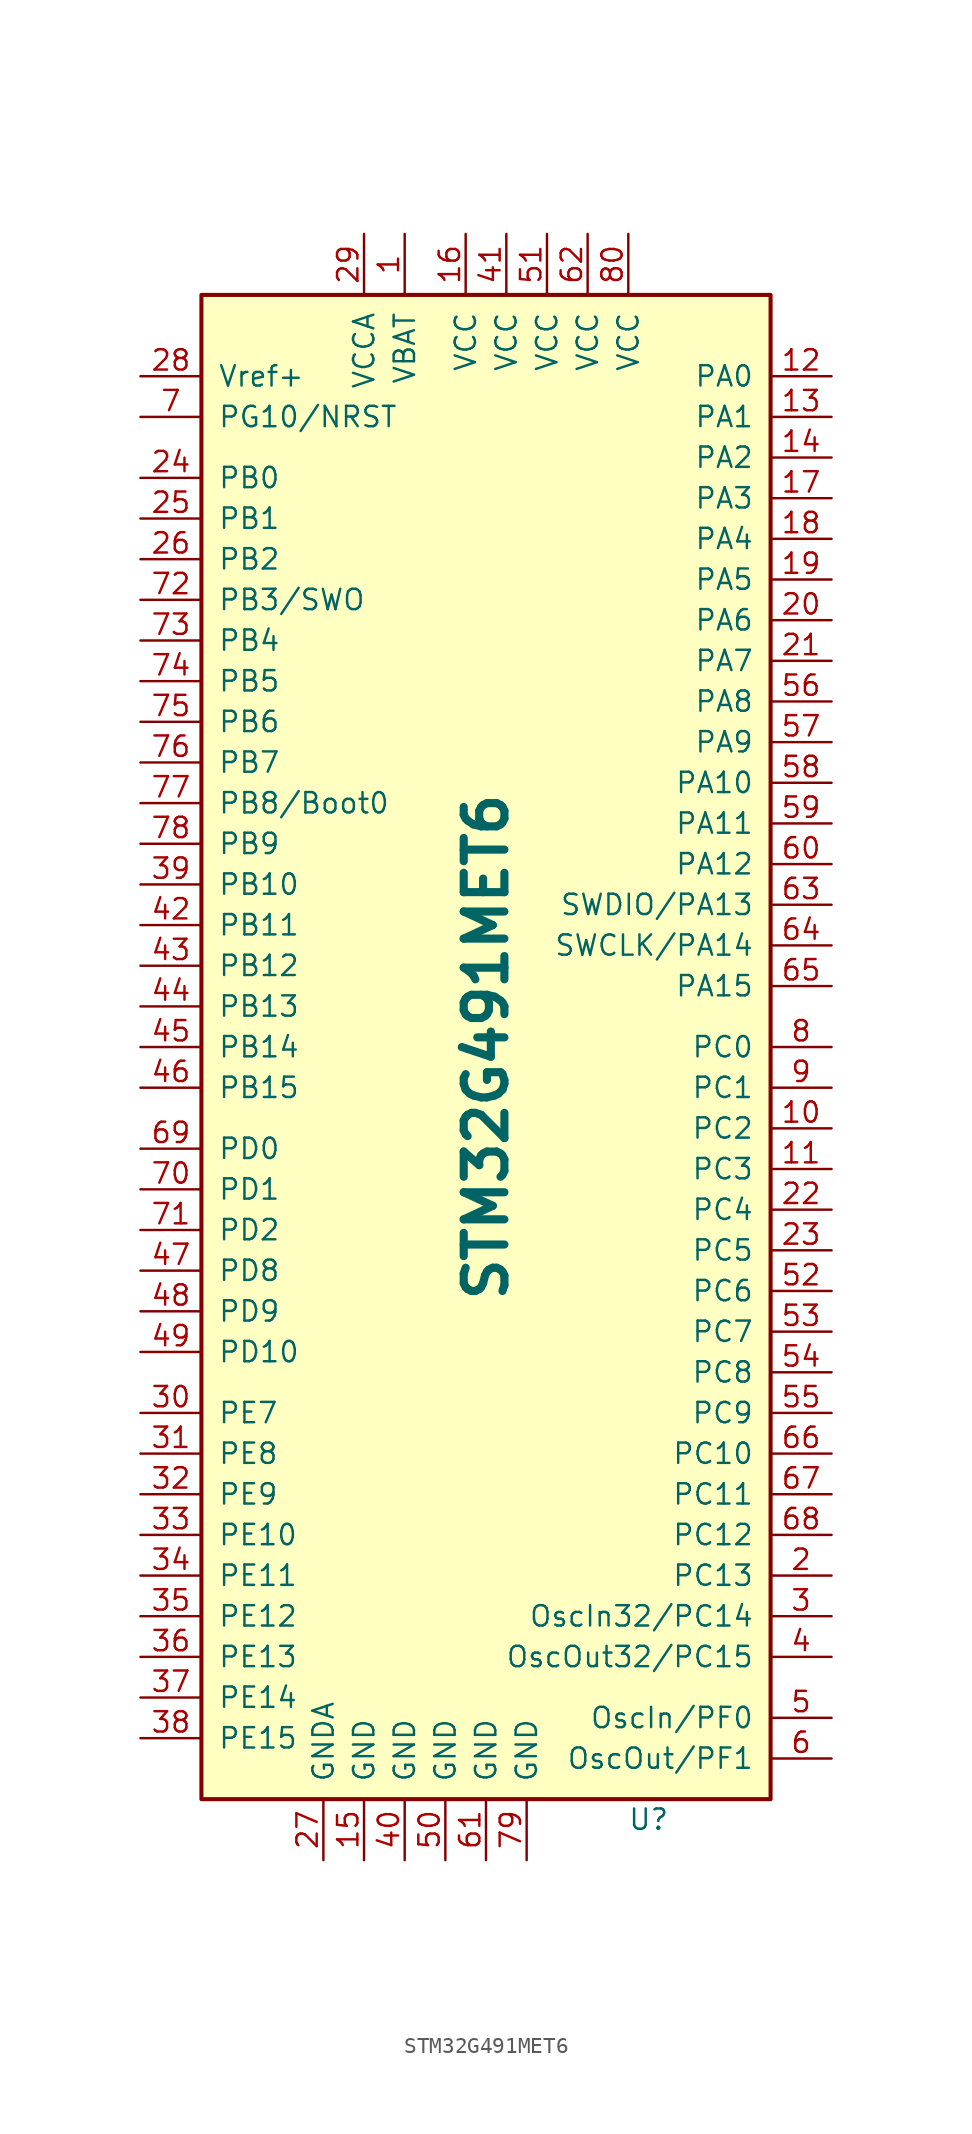
<source format=kicad_sym>
(kicad_symbol_lib
  (version 20231120)
  (generator "kicad_symbol_editor")
  (generator_version "8.0")
  (symbol "STM32G491MET6"
    (pin_names
      (offset 1.016))
    (property "Reference" "U"
      (at 10.16 -48.26 0)
      (effects (font (size 1.27 1.27))))
    (property "Value" "STM32G491MET6"
      (at 0 0 90)
      (effects (font (size 2.54 2.54) (bold yes))))
    (symbol "STM32G491MET6_0_1"
      (rectangle (start -17.78 -46.99) (end 17.78 46.99) (stroke (width 0.254) (type default)) (fill (type background))))
    (symbol "STM32G491MET6_1_1"
      (pin passive line (at -5.08 50.8 270) (length 3.81) (name "VBAT" (effects (font (size 1.27 1.27)))) (number "1" (effects (font (size 1.27 1.27)))))
      (pin bidirectional line (at 21.59 -5.08 180) (length 3.81) (name "PC2" (effects (font (size 1.27 1.27)))) (number "10" (effects (font (size 1.27 1.27)))))
      (pin bidirectional line (at 21.59 -7.62 180) (length 3.81) (name "PC3" (effects (font (size 1.27 1.27)))) (number "11" (effects (font (size 1.27 1.27)))))
      (pin bidirectional line (at 21.59 41.91 180) (length 3.81) (name "PA0" (effects (font (size 1.27 1.27)))) (number "12" (effects (font (size 1.27 1.27)))))
      (pin bidirectional line (at 21.59 39.37 180) (length 3.81) (name "PA1" (effects (font (size 1.27 1.27)))) (number "13" (effects (font (size 1.27 1.27)))))
      (pin bidirectional line (at 21.59 36.83 180) (length 3.81) (name "PA2" (effects (font (size 1.27 1.27)))) (number "14" (effects (font (size 1.27 1.27)))))
      (pin power_in line (at -7.62 -50.8 90) (length 3.81) (name "GND" (effects (font (size 1.27 1.27)))) (number "15" (effects (font (size 1.27 1.27)))))
      (pin power_in line (at -1.27 50.8 270) (length 3.81) (name "VCC" (effects (font (size 1.27 1.27)))) (number "16" (effects (font (size 1.27 1.27)))))
      (pin bidirectional line (at 21.59 34.29 180) (length 3.81) (name "PA3" (effects (font (size 1.27 1.27)))) (number "17" (effects (font (size 1.27 1.27)))))
      (pin bidirectional line (at 21.59 31.75 180) (length 3.81) (name "PA4" (effects (font (size 1.27 1.27)))) (number "18" (effects (font (size 1.27 1.27)))))
      (pin bidirectional line (at 21.59 29.21 180) (length 3.81) (name "PA5" (effects (font (size 1.27 1.27)))) (number "19" (effects (font (size 1.27 1.27)))))
      (pin bidirectional line (at 21.59 -33.02 180) (length 3.81) (name "PC13" (effects (font (size 1.27 1.27)))) (number "2" (effects (font (size 1.27 1.27)))))
      (pin bidirectional line (at 21.59 26.67 180) (length 3.81) (name "PA6" (effects (font (size 1.27 1.27)))) (number "20" (effects (font (size 1.27 1.27)))))
      (pin bidirectional line (at 21.59 24.13 180) (length 3.81) (name "PA7" (effects (font (size 1.27 1.27)))) (number "21" (effects (font (size 1.27 1.27)))))
      (pin bidirectional line (at 21.59 -10.16 180) (length 3.81) (name "PC4" (effects (font (size 1.27 1.27)))) (number "22" (effects (font (size 1.27 1.27)))))
      (pin bidirectional line (at 21.59 -12.7 180) (length 3.81) (name "PC5" (effects (font (size 1.27 1.27)))) (number "23" (effects (font (size 1.27 1.27)))))
      (pin bidirectional line (at -21.59 35.56 0) (length 3.81) (name "PB0" (effects (font (size 1.27 1.27)))) (number "24" (effects (font (size 1.27 1.27)))))
      (pin bidirectional line (at -21.59 33.02 0) (length 3.81) (name "PB1" (effects (font (size 1.27 1.27)))) (number "25" (effects (font (size 1.27 1.27)))))
      (pin bidirectional line (at -21.59 30.48 0) (length 3.81) (name "PB2" (effects (font (size 1.27 1.27)))) (number "26" (effects (font (size 1.27 1.27)))))
      (pin power_in line (at -10.16 -50.8 90) (length 3.81) (name "GNDA" (effects (font (size 1.27 1.27)))) (number "27" (effects (font (size 1.27 1.27)))))
      (pin passive line (at -21.59 41.91 0) (length 3.81) (name "Vref+" (effects (font (size 1.27 1.27)))) (number "28" (effects (font (size 1.27 1.27)))))
      (pin passive line (at -7.62 50.8 270) (length 3.81) (name "VCCA" (effects (font (size 1.27 1.27)))) (number "29" (effects (font (size 1.27 1.27)))))
      (pin bidirectional line (at 21.59 -35.56 180) (length 3.81) (name "OscIn32/PC14" (effects (font (size 1.27 1.27)))) (number "3" (effects (font (size 1.27 1.27)))))
      (pin bidirectional line (at -21.59 -22.86 0) (length 3.81) (name "PE7" (effects (font (size 1.27 1.27)))) (number "30" (effects (font (size 1.27 1.27)))))
      (pin bidirectional line (at -21.59 -25.4 0) (length 3.81) (name "PE8" (effects (font (size 1.27 1.27)))) (number "31" (effects (font (size 1.27 1.27)))))
      (pin bidirectional line (at -21.59 -27.94 0) (length 3.81) (name "PE9" (effects (font (size 1.27 1.27)))) (number "32" (effects (font (size 1.27 1.27)))))
      (pin bidirectional line (at -21.59 -30.48 0) (length 3.81) (name "PE10" (effects (font (size 1.27 1.27)))) (number "33" (effects (font (size 1.27 1.27)))))
      (pin bidirectional line (at -21.59 -33.02 0) (length 3.81) (name "PE11" (effects (font (size 1.27 1.27)))) (number "34" (effects (font (size 1.27 1.27)))))
      (pin bidirectional line (at -21.59 -35.56 0) (length 3.81) (name "PE12" (effects (font (size 1.27 1.27)))) (number "35" (effects (font (size 1.27 1.27)))))
      (pin bidirectional line (at -21.59 -38.1 0) (length 3.81) (name "PE13" (effects (font (size 1.27 1.27)))) (number "36" (effects (font (size 1.27 1.27)))))
      (pin bidirectional line (at -21.59 -40.64 0) (length 3.81) (name "PE14" (effects (font (size 1.27 1.27)))) (number "37" (effects (font (size 1.27 1.27)))))
      (pin bidirectional line (at -21.59 -43.18 0) (length 3.81) (name "PE15" (effects (font (size 1.27 1.27)))) (number "38" (effects (font (size 1.27 1.27)))))
      (pin bidirectional line (at -21.59 10.16 0) (length 3.81) (name "PB10" (effects (font (size 1.27 1.27)))) (number "39" (effects (font (size 1.27 1.27)))))
      (pin bidirectional line (at 21.59 -38.1 180) (length 3.81) (name "OscOut32/PC15" (effects (font (size 1.27 1.27)))) (number "4" (effects (font (size 1.27 1.27)))))
      (pin power_in line (at -5.08 -50.8 90) (length 3.81) (name "GND" (effects (font (size 1.27 1.27)))) (number "40" (effects (font (size 1.27 1.27)))))
      (pin power_in line (at 1.27 50.8 270) (length 3.81) (name "VCC" (effects (font (size 1.27 1.27)))) (number "41" (effects (font (size 1.27 1.27)))))
      (pin bidirectional line (at -21.59 7.62 0) (length 3.81) (name "PB11" (effects (font (size 1.27 1.27)))) (number "42" (effects (font (size 1.27 1.27)))))
      (pin bidirectional line (at -21.59 5.08 0) (length 3.81) (name "PB12" (effects (font (size 1.27 1.27)))) (number "43" (effects (font (size 1.27 1.27)))))
      (pin bidirectional line (at -21.59 2.54 0) (length 3.81) (name "PB13" (effects (font (size 1.27 1.27)))) (number "44" (effects (font (size 1.27 1.27)))))
      (pin bidirectional line (at -21.59 0 0) (length 3.81) (name "PB14" (effects (font (size 1.27 1.27)))) (number "45" (effects (font (size 1.27 1.27)))))
      (pin bidirectional line (at -21.59 -2.54 0) (length 3.81) (name "PB15" (effects (font (size 1.27 1.27)))) (number "46" (effects (font (size 1.27 1.27)))))
      (pin bidirectional line (at -21.59 -13.97 0) (length 3.81) (name "PD8" (effects (font (size 1.27 1.27)))) (number "47" (effects (font (size 1.27 1.27)))))
      (pin bidirectional line (at -21.59 -16.51 0) (length 3.81) (name "PD9" (effects (font (size 1.27 1.27)))) (number "48" (effects (font (size 1.27 1.27)))))
      (pin bidirectional line (at -21.59 -19.05 0) (length 3.81) (name "PD10" (effects (font (size 1.27 1.27)))) (number "49" (effects (font (size 1.27 1.27)))))
      (pin bidirectional line (at 21.59 -41.91 180) (length 3.81) (name "OscIn/PF0" (effects (font (size 1.27 1.27)))) (number "5" (effects (font (size 1.27 1.27)))))
      (pin power_in line (at -2.54 -50.8 90) (length 3.81) (name "GND" (effects (font (size 1.27 1.27)))) (number "50" (effects (font (size 1.27 1.27)))))
      (pin power_in line (at 3.81 50.8 270) (length 3.81) (name "VCC" (effects (font (size 1.27 1.27)))) (number "51" (effects (font (size 1.27 1.27)))))
      (pin bidirectional line (at 21.59 -15.24 180) (length 3.81) (name "PC6" (effects (font (size 1.27 1.27)))) (number "52" (effects (font (size 1.27 1.27)))))
      (pin bidirectional line (at 21.59 -17.78 180) (length 3.81) (name "PC7" (effects (font (size 1.27 1.27)))) (number "53" (effects (font (size 1.27 1.27)))))
      (pin bidirectional line (at 21.59 -20.32 180) (length 3.81) (name "PC8" (effects (font (size 1.27 1.27)))) (number "54" (effects (font (size 1.27 1.27)))))
      (pin bidirectional line (at 21.59 -22.86 180) (length 3.81) (name "PC9" (effects (font (size 1.27 1.27)))) (number "55" (effects (font (size 1.27 1.27)))))
      (pin bidirectional line (at 21.59 21.59 180) (length 3.81) (name "PA8" (effects (font (size 1.27 1.27)))) (number "56" (effects (font (size 1.27 1.27)))))
      (pin bidirectional line (at 21.59 19.05 180) (length 3.81) (name "PA9" (effects (font (size 1.27 1.27)))) (number "57" (effects (font (size 1.27 1.27)))))
      (pin bidirectional line (at 21.59 16.51 180) (length 3.81) (name "PA10" (effects (font (size 1.27 1.27)))) (number "58" (effects (font (size 1.27 1.27)))))
      (pin bidirectional line (at 21.59 13.97 180) (length 3.81) (name "PA11" (effects (font (size 1.27 1.27)))) (number "59" (effects (font (size 1.27 1.27)))))
      (pin bidirectional line (at 21.59 -44.45 180) (length 3.81) (name "OscOut/PF1" (effects (font (size 1.27 1.27)))) (number "6" (effects (font (size 1.27 1.27)))))
      (pin bidirectional line (at 21.59 11.43 180) (length 3.81) (name "PA12" (effects (font (size 1.27 1.27)))) (number "60" (effects (font (size 1.27 1.27)))))
      (pin power_in line (at 0 -50.8 90) (length 3.81) (name "GND" (effects (font (size 1.27 1.27)))) (number "61" (effects (font (size 1.27 1.27)))))
      (pin power_in line (at 6.35 50.8 270) (length 3.81) (name "VCC" (effects (font (size 1.27 1.27)))) (number "62" (effects (font (size 1.27 1.27)))))
      (pin bidirectional line (at 21.59 8.89 180) (length 3.81) (name "SWDIO/PA13" (effects (font (size 1.27 1.27)))) (number "63" (effects (font (size 1.27 1.27)))))
      (pin bidirectional line (at 21.59 6.35 180) (length 3.81) (name "SWCLK/PA14" (effects (font (size 1.27 1.27)))) (number "64" (effects (font (size 1.27 1.27)))))
      (pin bidirectional line (at 21.59 3.81 180) (length 3.81) (name "PA15" (effects (font (size 1.27 1.27)))) (number "65" (effects (font (size 1.27 1.27)))))
      (pin bidirectional line (at 21.59 -25.4 180) (length 3.81) (name "PC10" (effects (font (size 1.27 1.27)))) (number "66" (effects (font (size 1.27 1.27)))))
      (pin bidirectional line (at 21.59 -27.94 180) (length 3.81) (name "PC11" (effects (font (size 1.27 1.27)))) (number "67" (effects (font (size 1.27 1.27)))))
      (pin bidirectional line (at 21.59 -30.48 180) (length 3.81) (name "PC12" (effects (font (size 1.27 1.27)))) (number "68" (effects (font (size 1.27 1.27)))))
      (pin bidirectional line (at -21.59 -6.35 0) (length 3.81) (name "PD0" (effects (font (size 1.27 1.27)))) (number "69" (effects (font (size 1.27 1.27)))))
      (pin bidirectional line (at -21.59 39.37 0) (length 3.81) (name "PG10/NRST" (effects (font (size 1.27 1.27)))) (number "7" (effects (font (size 1.27 1.27)))))
      (pin bidirectional line (at -21.59 -8.89 0) (length 3.81) (name "PD1" (effects (font (size 1.27 1.27)))) (number "70" (effects (font (size 1.27 1.27)))))
      (pin bidirectional line (at -21.59 -11.43 0) (length 3.81) (name "PD2" (effects (font (size 1.27 1.27)))) (number "71" (effects (font (size 1.27 1.27)))))
      (pin bidirectional line (at -21.59 27.94 0) (length 3.81) (name "PB3/SWO" (effects (font (size 1.27 1.27)))) (number "72" (effects (font (size 1.27 1.27)))))
      (pin bidirectional line (at -21.59 25.4 0) (length 3.81) (name "PB4" (effects (font (size 1.27 1.27)))) (number "73" (effects (font (size 1.27 1.27)))))
      (pin bidirectional line (at -21.59 22.86 0) (length 3.81) (name "PB5" (effects (font (size 1.27 1.27)))) (number "74" (effects (font (size 1.27 1.27)))))
      (pin bidirectional line (at -21.59 20.32 0) (length 3.81) (name "PB6" (effects (font (size 1.27 1.27)))) (number "75" (effects (font (size 1.27 1.27)))))
      (pin bidirectional line (at -21.59 17.78 0) (length 3.81) (name "PB7" (effects (font (size 1.27 1.27)))) (number "76" (effects (font (size 1.27 1.27)))))
      (pin bidirectional line (at -21.59 15.24 0) (length 3.81) (name "PB8/Boot0" (effects (font (size 1.27 1.27)))) (number "77" (effects (font (size 1.27 1.27)))))
      (pin bidirectional line (at -21.59 12.7 0) (length 3.81) (name "PB9" (effects (font (size 1.27 1.27)))) (number "78" (effects (font (size 1.27 1.27)))))
      (pin power_in line (at 2.54 -50.8 90) (length 3.81) (name "GND" (effects (font (size 1.27 1.27)))) (number "79" (effects (font (size 1.27 1.27)))))
      (pin bidirectional line (at 21.59 0 180) (length 3.81) (name "PC0" (effects (font (size 1.27 1.27)))) (number "8" (effects (font (size 1.27 1.27)))))
      (pin power_in line (at 8.89 50.8 270) (length 3.81) (name "VCC" (effects (font (size 1.27 1.27)))) (number "80" (effects (font (size 1.27 1.27)))))
      (pin bidirectional line (at 21.59 -2.54 180) (length 3.81) (name "PC1" (effects (font (size 1.27 1.27)))) (number "9" (effects (font (size 1.27 1.27))))))))
</source>
